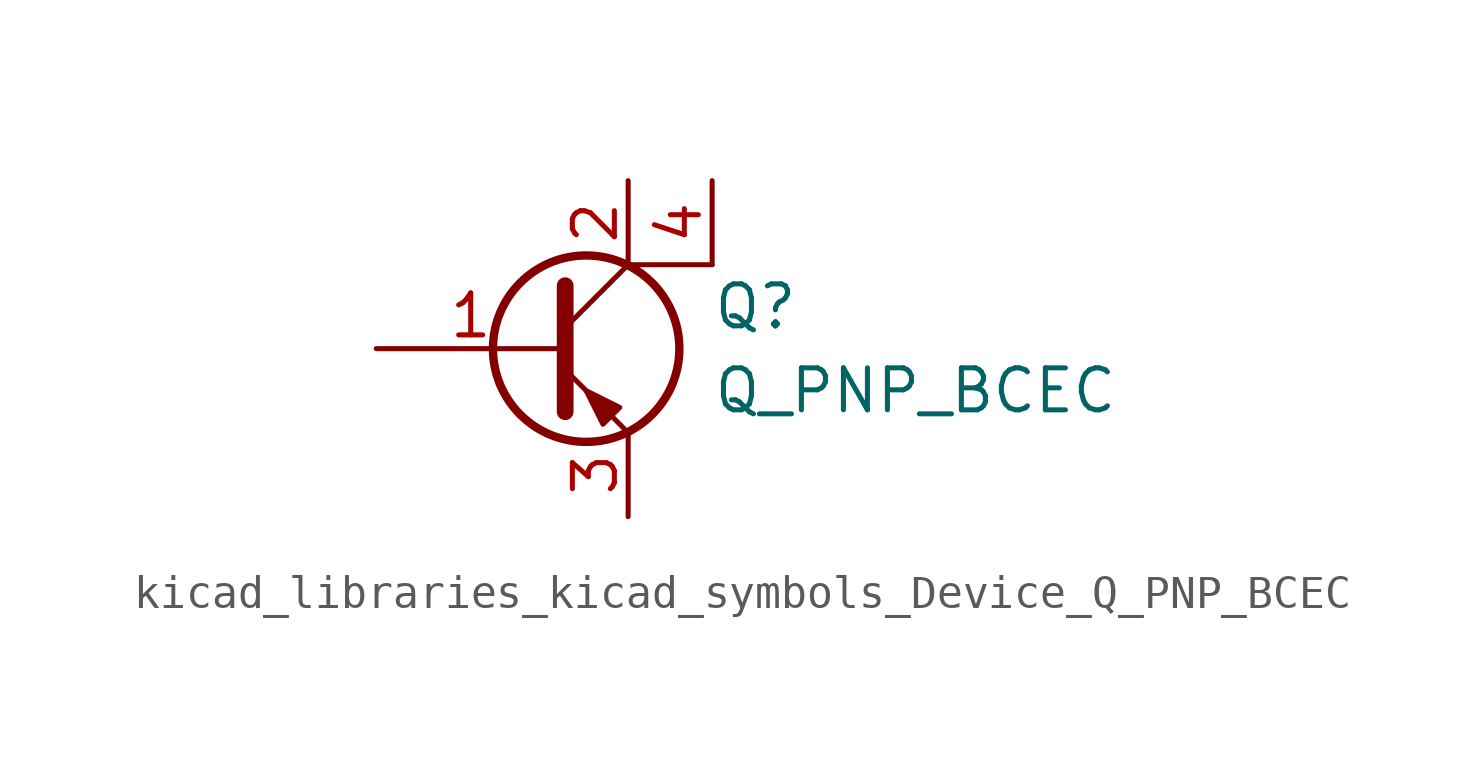
<source format=kicad_sym>
(kicad_symbol_lib
  (version 20220914)
  (generator kicad_symbol_editor)
  (symbol "kicad_libraries_kicad_symbols_Device_Q_PNP_BCEC"
    (pin_names
      (offset 0) hide)
    (property "Reference" "Q"
      (at 5.08 1.27 0)
      (effects (font (size 1.27 1.27)) (justify left)))
    (property "Value" "Q_PNP_BCEC"
      (at 5.08 -1.27 0)
      (effects (font (size 1.27 1.27)) (justify left)))
    (symbol "kicad_libraries_kicad_symbols_Device_Q_PNP_BCEC_0_1"
      (polyline (pts (xy 0.635 0.635) (xy 2.54 2.54)) (stroke (width 0) (type default)) (fill (type none)))
      (polyline (pts (xy 5.08 2.54) (xy 2.54 2.54)) (stroke (width 0) (type default)) (fill (type none)))
      (polyline (pts (xy 0.635 -0.635) (xy 2.54 -2.54) (xy 2.54 -2.54)) (stroke (width 0) (type default)) (fill (type none)))
      (polyline (pts (xy 0.635 1.905) (xy 0.635 -1.905) (xy 0.635 -1.905)) (stroke (width 0.508) (type default)) (fill (type none)))
      (polyline (pts (xy 2.286 -1.778) (xy 1.778 -2.286) (xy 1.27 -1.27) (xy 2.286 -1.778) (xy 2.286 -1.778)) (stroke (width 0) (type default)) (fill (type outline)))
      (circle (center 1.27 0) (radius 2.819) (stroke (width 0.254) (type default)) (fill (type none))))
    (symbol "kicad_libraries_kicad_symbols_Device_Q_PNP_BCEC_1_1"
      (pin input line (at -5.08 0 0) (length 5.715) (name "B" (effects (font (size 1.27 1.27)))) (number "1" (effects (font (size 1.27 1.27)))))
      (pin passive line (at 2.54 5.08 270) (length 2.54) (name "C" (effects (font (size 1.27 1.27)))) (number "2" (effects (font (size 1.27 1.27)))))
      (pin passive line (at 2.54 -5.08 90) (length 2.54) (name "E" (effects (font (size 1.27 1.27)))) (number "3" (effects (font (size 1.27 1.27)))))
      (pin passive line (at 5.08 5.08 270) (length 2.54) (name "C" (effects (font (size 1.27 1.27)))) (number "4" (effects (font (size 1.27 1.27))))))))
</source>
